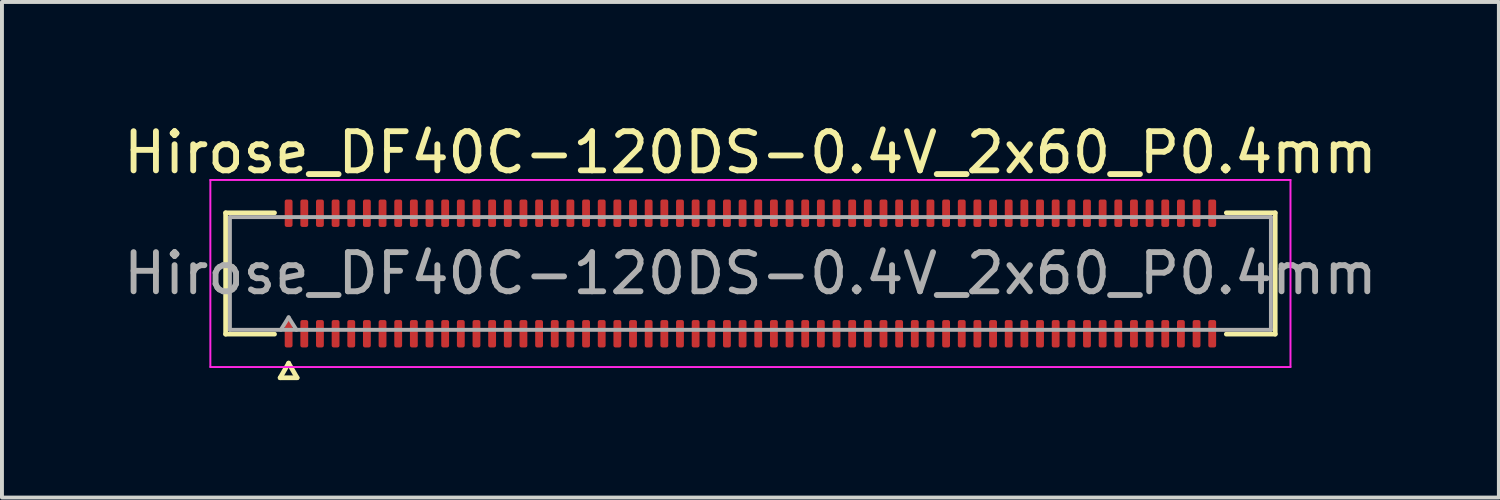
<source format=kicad_pcb>
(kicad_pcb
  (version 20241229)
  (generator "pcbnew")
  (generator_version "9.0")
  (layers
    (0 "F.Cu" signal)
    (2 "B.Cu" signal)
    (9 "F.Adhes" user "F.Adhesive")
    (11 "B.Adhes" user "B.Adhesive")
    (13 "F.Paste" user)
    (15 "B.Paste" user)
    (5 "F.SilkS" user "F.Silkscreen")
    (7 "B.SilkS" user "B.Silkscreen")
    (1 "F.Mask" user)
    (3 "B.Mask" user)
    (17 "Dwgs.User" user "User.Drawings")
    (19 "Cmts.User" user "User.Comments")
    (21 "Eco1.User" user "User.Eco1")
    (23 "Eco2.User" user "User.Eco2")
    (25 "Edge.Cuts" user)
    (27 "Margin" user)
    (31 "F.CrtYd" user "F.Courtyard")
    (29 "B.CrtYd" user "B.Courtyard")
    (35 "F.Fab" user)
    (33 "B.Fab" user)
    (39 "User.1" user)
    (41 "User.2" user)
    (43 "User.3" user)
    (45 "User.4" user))
  (footprint "Hirose_DF40C-120DS-0.4V_2x60_P0.4mm"
    (layer "F.Cu")
    (at 16.125 3.938)
    (property "Reference" "Hirose_DF40C-120DS-0.4V_2x60_P0.4mm" (at 0 -3.09 0) (layer "F.SilkS") (effects (font (size 1 1) (thickness 0.15))))
    (attr smd)
    (fp_line (start -13.41 -1.55) (end -12.16 -1.55) (stroke (width 0.12) (type solid)) (layer "F.SilkS"))
    (fp_line (start -13.41 1.55) (end -13.41 -1.55) (stroke (width 0.12) (type solid)) (layer "F.SilkS"))
    (fp_line (start -12.16 1.55) (end -13.41 1.55) (stroke (width 0.12) (type solid)) (layer "F.SilkS"))
    (fp_line (start -12.017 2.665) (end -11.8 2.29) (stroke (width 0.12) (type solid)) (layer "F.SilkS"))
    (fp_line (start -11.8 2.29) (end -11.583 2.665) (stroke (width 0.12) (type solid)) (layer "F.SilkS"))
    (fp_line (start -11.583 2.665) (end -12.017 2.665) (stroke (width 0.12) (type solid)) (layer "F.SilkS"))
    (fp_line (start 12.16 -1.55) (end 13.41 -1.55) (stroke (width 0.12) (type solid)) (layer "F.SilkS"))
    (fp_line (start 13.41 -1.55) (end 13.41 1.55) (stroke (width 0.12) (type solid)) (layer "F.SilkS"))
    (fp_line (start 13.41 1.55) (end 12.16 1.55) (stroke (width 0.12) (type solid)) (layer "F.SilkS"))
    (fp_line (start -13.8 -2.39) (end -13.8 2.39) (stroke (width 0.05) (type solid)) (layer "F.CrtYd"))
    (fp_line (start -13.8 2.39) (end 13.8 2.39) (stroke (width 0.05) (type solid)) (layer "F.CrtYd"))
    (fp_line (start 13.8 -2.39) (end -13.8 -2.39) (stroke (width 0.05) (type solid)) (layer "F.CrtYd"))
    (fp_line (start 13.8 2.39) (end 13.8 -2.39) (stroke (width 0.05) (type solid)) (layer "F.CrtYd"))
    (fp_line (start -13.3 -1.44) (end 13.3 -1.44) (stroke (width 0.1) (type solid)) (layer "F.Fab"))
    (fp_line (start -13.3 1.44) (end -13.3 -1.44) (stroke (width 0.1) (type solid)) (layer "F.Fab"))
    (fp_line (start -12 1.44) (end -11.8 1.12) (stroke (width 0.1) (type solid)) (layer "F.Fab"))
    (fp_line (start -11.8 1.12) (end -11.6 1.44) (stroke (width 0.1) (type solid)) (layer "F.Fab"))
    (fp_line (start 13.3 -1.44) (end 13.3 1.44) (stroke (width 0.1) (type solid)) (layer "F.Fab"))
    (fp_line (start 13.3 1.44) (end -13.3 1.44) (stroke (width 0.1) (type solid)) (layer "F.Fab"))
    (fp_text user "${REFERENCE}" (at 0 0 0) (layer "F.Fab") (effects (font (size 1 1) (thickness 0.15))))
    (pad "1" smd roundrect (at -11.8 1.54) (size 0.2 0.7) (layers "F.Cu" "F.Mask" "F.Paste") (roundrect_rratio 0.25))
    (pad "2" smd roundrect (at -11.8 -1.54) (size 0.2 0.7) (layers "F.Cu" "F.Mask" "F.Paste") (roundrect_rratio 0.25))
    (pad "3" smd roundrect (at -11.4 1.54) (size 0.2 0.7) (layers "F.Cu" "F.Mask" "F.Paste") (roundrect_rratio 0.25))
    (pad "4" smd roundrect (at -11.4 -1.54) (size 0.2 0.7) (layers "F.Cu" "F.Mask" "F.Paste") (roundrect_rratio 0.25))
    (pad "5" smd roundrect (at -11 1.54) (size 0.2 0.7) (layers "F.Cu" "F.Mask" "F.Paste") (roundrect_rratio 0.25))
    (pad "6" smd roundrect (at -11 -1.54) (size 0.2 0.7) (layers "F.Cu" "F.Mask" "F.Paste") (roundrect_rratio 0.25))
    (pad "7" smd roundrect (at -10.6 1.54) (size 0.2 0.7) (layers "F.Cu" "F.Mask" "F.Paste") (roundrect_rratio 0.25))
    (pad "8" smd roundrect (at -10.6 -1.54) (size 0.2 0.7) (layers "F.Cu" "F.Mask" "F.Paste") (roundrect_rratio 0.25))
    (pad "9" smd roundrect (at -10.2 1.54) (size 0.2 0.7) (layers "F.Cu" "F.Mask" "F.Paste") (roundrect_rratio 0.25))
    (pad "10" smd roundrect (at -10.2 -1.54) (size 0.2 0.7) (layers "F.Cu" "F.Mask" "F.Paste") (roundrect_rratio 0.25))
    (pad "11" smd roundrect (at -9.8 1.54) (size 0.2 0.7) (layers "F.Cu" "F.Mask" "F.Paste") (roundrect_rratio 0.25))
    (pad "12" smd roundrect (at -9.8 -1.54) (size 0.2 0.7) (layers "F.Cu" "F.Mask" "F.Paste") (roundrect_rratio 0.25))
    (pad "13" smd roundrect (at -9.4 1.54) (size 0.2 0.7) (layers "F.Cu" "F.Mask" "F.Paste") (roundrect_rratio 0.25))
    (pad "14" smd roundrect (at -9.4 -1.54) (size 0.2 0.7) (layers "F.Cu" "F.Mask" "F.Paste") (roundrect_rratio 0.25))
    (pad "15" smd roundrect (at -9 1.54) (size 0.2 0.7) (layers "F.Cu" "F.Mask" "F.Paste") (roundrect_rratio 0.25))
    (pad "16" smd roundrect (at -9 -1.54) (size 0.2 0.7) (layers "F.Cu" "F.Mask" "F.Paste") (roundrect_rratio 0.25))
    (pad "17" smd roundrect (at -8.6 1.54) (size 0.2 0.7) (layers "F.Cu" "F.Mask" "F.Paste") (roundrect_rratio 0.25))
    (pad "18" smd roundrect (at -8.6 -1.54) (size 0.2 0.7) (layers "F.Cu" "F.Mask" "F.Paste") (roundrect_rratio 0.25))
    (pad "19" smd roundrect (at -8.2 1.54) (size 0.2 0.7) (layers "F.Cu" "F.Mask" "F.Paste") (roundrect_rratio 0.25))
    (pad "20" smd roundrect (at -8.2 -1.54) (size 0.2 0.7) (layers "F.Cu" "F.Mask" "F.Paste") (roundrect_rratio 0.25))
    (pad "21" smd roundrect (at -7.8 1.54) (size 0.2 0.7) (layers "F.Cu" "F.Mask" "F.Paste") (roundrect_rratio 0.25))
    (pad "22" smd roundrect (at -7.8 -1.54) (size 0.2 0.7) (layers "F.Cu" "F.Mask" "F.Paste") (roundrect_rratio 0.25))
    (pad "23" smd roundrect (at -7.4 1.54) (size 0.2 0.7) (layers "F.Cu" "F.Mask" "F.Paste") (roundrect_rratio 0.25))
    (pad "24" smd roundrect (at -7.4 -1.54) (size 0.2 0.7) (layers "F.Cu" "F.Mask" "F.Paste") (roundrect_rratio 0.25))
    (pad "25" smd roundrect (at -7 1.54) (size 0.2 0.7) (layers "F.Cu" "F.Mask" "F.Paste") (roundrect_rratio 0.25))
    (pad "26" smd roundrect (at -7 -1.54) (size 0.2 0.7) (layers "F.Cu" "F.Mask" "F.Paste") (roundrect_rratio 0.25))
    (pad "27" smd roundrect (at -6.6 1.54) (size 0.2 0.7) (layers "F.Cu" "F.Mask" "F.Paste") (roundrect_rratio 0.25))
    (pad "28" smd roundrect (at -6.6 -1.54) (size 0.2 0.7) (layers "F.Cu" "F.Mask" "F.Paste") (roundrect_rratio 0.25))
    (pad "29" smd roundrect (at -6.2 1.54) (size 0.2 0.7) (layers "F.Cu" "F.Mask" "F.Paste") (roundrect_rratio 0.25))
    (pad "30" smd roundrect (at -6.2 -1.54) (size 0.2 0.7) (layers "F.Cu" "F.Mask" "F.Paste") (roundrect_rratio 0.25))
    (pad "31" smd roundrect (at -5.8 1.54) (size 0.2 0.7) (layers "F.Cu" "F.Mask" "F.Paste") (roundrect_rratio 0.25))
    (pad "32" smd roundrect (at -5.8 -1.54) (size 0.2 0.7) (layers "F.Cu" "F.Mask" "F.Paste") (roundrect_rratio 0.25))
    (pad "33" smd roundrect (at -5.4 1.54) (size 0.2 0.7) (layers "F.Cu" "F.Mask" "F.Paste") (roundrect_rratio 0.25))
    (pad "34" smd roundrect (at -5.4 -1.54) (size 0.2 0.7) (layers "F.Cu" "F.Mask" "F.Paste") (roundrect_rratio 0.25))
    (pad "35" smd roundrect (at -5 1.54) (size 0.2 0.7) (layers "F.Cu" "F.Mask" "F.Paste") (roundrect_rratio 0.25))
    (pad "36" smd roundrect (at -5 -1.54) (size 0.2 0.7) (layers "F.Cu" "F.Mask" "F.Paste") (roundrect_rratio 0.25))
    (pad "37" smd roundrect (at -4.6 1.54) (size 0.2 0.7) (layers "F.Cu" "F.Mask" "F.Paste") (roundrect_rratio 0.25))
    (pad "38" smd roundrect (at -4.6 -1.54) (size 0.2 0.7) (layers "F.Cu" "F.Mask" "F.Paste") (roundrect_rratio 0.25))
    (pad "39" smd roundrect (at -4.2 1.54) (size 0.2 0.7) (layers "F.Cu" "F.Mask" "F.Paste") (roundrect_rratio 0.25))
    (pad "40" smd roundrect (at -4.2 -1.54) (size 0.2 0.7) (layers "F.Cu" "F.Mask" "F.Paste") (roundrect_rratio 0.25))
    (pad "41" smd roundrect (at -3.8 1.54) (size 0.2 0.7) (layers "F.Cu" "F.Mask" "F.Paste") (roundrect_rratio 0.25))
    (pad "42" smd roundrect (at -3.8 -1.54) (size 0.2 0.7) (layers "F.Cu" "F.Mask" "F.Paste") (roundrect_rratio 0.25))
    (pad "43" smd roundrect (at -3.4 1.54) (size 0.2 0.7) (layers "F.Cu" "F.Mask" "F.Paste") (roundrect_rratio 0.25))
    (pad "44" smd roundrect (at -3.4 -1.54) (size 0.2 0.7) (layers "F.Cu" "F.Mask" "F.Paste") (roundrect_rratio 0.25))
    (pad "45" smd roundrect (at -3 1.54) (size 0.2 0.7) (layers "F.Cu" "F.Mask" "F.Paste") (roundrect_rratio 0.25))
    (pad "46" smd roundrect (at -3 -1.54) (size 0.2 0.7) (layers "F.Cu" "F.Mask" "F.Paste") (roundrect_rratio 0.25))
    (pad "47" smd roundrect (at -2.6 1.54) (size 0.2 0.7) (layers "F.Cu" "F.Mask" "F.Paste") (roundrect_rratio 0.25))
    (pad "48" smd roundrect (at -2.6 -1.54) (size 0.2 0.7) (layers "F.Cu" "F.Mask" "F.Paste") (roundrect_rratio 0.25))
    (pad "49" smd roundrect (at -2.2 1.54) (size 0.2 0.7) (layers "F.Cu" "F.Mask" "F.Paste") (roundrect_rratio 0.25))
    (pad "50" smd roundrect (at -2.2 -1.54) (size 0.2 0.7) (layers "F.Cu" "F.Mask" "F.Paste") (roundrect_rratio 0.25))
    (pad "51" smd roundrect (at -1.8 1.54) (size 0.2 0.7) (layers "F.Cu" "F.Mask" "F.Paste") (roundrect_rratio 0.25))
    (pad "52" smd roundrect (at -1.8 -1.54) (size 0.2 0.7) (layers "F.Cu" "F.Mask" "F.Paste") (roundrect_rratio 0.25))
    (pad "53" smd roundrect (at -1.4 1.54) (size 0.2 0.7) (layers "F.Cu" "F.Mask" "F.Paste") (roundrect_rratio 0.25))
    (pad "54" smd roundrect (at -1.4 -1.54) (size 0.2 0.7) (layers "F.Cu" "F.Mask" "F.Paste") (roundrect_rratio 0.25))
    (pad "55" smd roundrect (at -1 1.54) (size 0.2 0.7) (layers "F.Cu" "F.Mask" "F.Paste") (roundrect_rratio 0.25))
    (pad "56" smd roundrect (at -1 -1.54) (size 0.2 0.7) (layers "F.Cu" "F.Mask" "F.Paste") (roundrect_rratio 0.25))
    (pad "57" smd roundrect (at -0.6 1.54) (size 0.2 0.7) (layers "F.Cu" "F.Mask" "F.Paste") (roundrect_rratio 0.25))
    (pad "58" smd roundrect (at -0.6 -1.54) (size 0.2 0.7) (layers "F.Cu" "F.Mask" "F.Paste") (roundrect_rratio 0.25))
    (pad "59" smd roundrect (at -0.2 1.54) (size 0.2 0.7) (layers "F.Cu" "F.Mask" "F.Paste") (roundrect_rratio 0.25))
    (pad "60" smd roundrect (at -0.2 -1.54) (size 0.2 0.7) (layers "F.Cu" "F.Mask" "F.Paste") (roundrect_rratio 0.25))
    (pad "61" smd roundrect (at 0.2 1.54) (size 0.2 0.7) (layers "F.Cu" "F.Mask" "F.Paste") (roundrect_rratio 0.25))
    (pad "62" smd roundrect (at 0.2 -1.54) (size 0.2 0.7) (layers "F.Cu" "F.Mask" "F.Paste") (roundrect_rratio 0.25))
    (pad "63" smd roundrect (at 0.6 1.54) (size 0.2 0.7) (layers "F.Cu" "F.Mask" "F.Paste") (roundrect_rratio 0.25))
    (pad "64" smd roundrect (at 0.6 -1.54) (size 0.2 0.7) (layers "F.Cu" "F.Mask" "F.Paste") (roundrect_rratio 0.25))
    (pad "65" smd roundrect (at 1 1.54) (size 0.2 0.7) (layers "F.Cu" "F.Mask" "F.Paste") (roundrect_rratio 0.25))
    (pad "66" smd roundrect (at 1 -1.54) (size 0.2 0.7) (layers "F.Cu" "F.Mask" "F.Paste") (roundrect_rratio 0.25))
    (pad "67" smd roundrect (at 1.4 1.54) (size 0.2 0.7) (layers "F.Cu" "F.Mask" "F.Paste") (roundrect_rratio 0.25))
    (pad "68" smd roundrect (at 1.4 -1.54) (size 0.2 0.7) (layers "F.Cu" "F.Mask" "F.Paste") (roundrect_rratio 0.25))
    (pad "69" smd roundrect (at 1.8 1.54) (size 0.2 0.7) (layers "F.Cu" "F.Mask" "F.Paste") (roundrect_rratio 0.25))
    (pad "70" smd roundrect (at 1.8 -1.54) (size 0.2 0.7) (layers "F.Cu" "F.Mask" "F.Paste") (roundrect_rratio 0.25))
    (pad "71" smd roundrect (at 2.2 1.54) (size 0.2 0.7) (layers "F.Cu" "F.Mask" "F.Paste") (roundrect_rratio 0.25))
    (pad "72" smd roundrect (at 2.2 -1.54) (size 0.2 0.7) (layers "F.Cu" "F.Mask" "F.Paste") (roundrect_rratio 0.25))
    (pad "73" smd roundrect (at 2.6 1.54) (size 0.2 0.7) (layers "F.Cu" "F.Mask" "F.Paste") (roundrect_rratio 0.25))
    (pad "74" smd roundrect (at 2.6 -1.54) (size 0.2 0.7) (layers "F.Cu" "F.Mask" "F.Paste") (roundrect_rratio 0.25))
    (pad "75" smd roundrect (at 3 1.54) (size 0.2 0.7) (layers "F.Cu" "F.Mask" "F.Paste") (roundrect_rratio 0.25))
    (pad "76" smd roundrect (at 3 -1.54) (size 0.2 0.7) (layers "F.Cu" "F.Mask" "F.Paste") (roundrect_rratio 0.25))
    (pad "77" smd roundrect (at 3.4 1.54) (size 0.2 0.7) (layers "F.Cu" "F.Mask" "F.Paste") (roundrect_rratio 0.25))
    (pad "78" smd roundrect (at 3.4 -1.54) (size 0.2 0.7) (layers "F.Cu" "F.Mask" "F.Paste") (roundrect_rratio 0.25))
    (pad "79" smd roundrect (at 3.8 1.54) (size 0.2 0.7) (layers "F.Cu" "F.Mask" "F.Paste") (roundrect_rratio 0.25))
    (pad "80" smd roundrect (at 3.8 -1.54) (size 0.2 0.7) (layers "F.Cu" "F.Mask" "F.Paste") (roundrect_rratio 0.25))
    (pad "81" smd roundrect (at 4.2 1.54) (size 0.2 0.7) (layers "F.Cu" "F.Mask" "F.Paste") (roundrect_rratio 0.25))
    (pad "82" smd roundrect (at 4.2 -1.54) (size 0.2 0.7) (layers "F.Cu" "F.Mask" "F.Paste") (roundrect_rratio 0.25))
    (pad "83" smd roundrect (at 4.6 1.54) (size 0.2 0.7) (layers "F.Cu" "F.Mask" "F.Paste") (roundrect_rratio 0.25))
    (pad "84" smd roundrect (at 4.6 -1.54) (size 0.2 0.7) (layers "F.Cu" "F.Mask" "F.Paste") (roundrect_rratio 0.25))
    (pad "85" smd roundrect (at 5 1.54) (size 0.2 0.7) (layers "F.Cu" "F.Mask" "F.Paste") (roundrect_rratio 0.25))
    (pad "86" smd roundrect (at 5 -1.54) (size 0.2 0.7) (layers "F.Cu" "F.Mask" "F.Paste") (roundrect_rratio 0.25))
    (pad "87" smd roundrect (at 5.4 1.54) (size 0.2 0.7) (layers "F.Cu" "F.Mask" "F.Paste") (roundrect_rratio 0.25))
    (pad "88" smd roundrect (at 5.4 -1.54) (size 0.2 0.7) (layers "F.Cu" "F.Mask" "F.Paste") (roundrect_rratio 0.25))
    (pad "89" smd roundrect (at 5.8 1.54) (size 0.2 0.7) (layers "F.Cu" "F.Mask" "F.Paste") (roundrect_rratio 0.25))
    (pad "90" smd roundrect (at 5.8 -1.54) (size 0.2 0.7) (layers "F.Cu" "F.Mask" "F.Paste") (roundrect_rratio 0.25))
    (pad "91" smd roundrect (at 6.2 1.54) (size 0.2 0.7) (layers "F.Cu" "F.Mask" "F.Paste") (roundrect_rratio 0.25))
    (pad "92" smd roundrect (at 6.2 -1.54) (size 0.2 0.7) (layers "F.Cu" "F.Mask" "F.Paste") (roundrect_rratio 0.25))
    (pad "93" smd roundrect (at 6.6 1.54) (size 0.2 0.7) (layers "F.Cu" "F.Mask" "F.Paste") (roundrect_rratio 0.25))
    (pad "94" smd roundrect (at 6.6 -1.54) (size 0.2 0.7) (layers "F.Cu" "F.Mask" "F.Paste") (roundrect_rratio 0.25))
    (pad "95" smd roundrect (at 7 1.54) (size 0.2 0.7) (layers "F.Cu" "F.Mask" "F.Paste") (roundrect_rratio 0.25))
    (pad "96" smd roundrect (at 7 -1.54) (size 0.2 0.7) (layers "F.Cu" "F.Mask" "F.Paste") (roundrect_rratio 0.25))
    (pad "97" smd roundrect (at 7.4 1.54) (size 0.2 0.7) (layers "F.Cu" "F.Mask" "F.Paste") (roundrect_rratio 0.25))
    (pad "98" smd roundrect (at 7.4 -1.54) (size 0.2 0.7) (layers "F.Cu" "F.Mask" "F.Paste") (roundrect_rratio 0.25))
    (pad "99" smd roundrect (at 7.8 1.54) (size 0.2 0.7) (layers "F.Cu" "F.Mask" "F.Paste") (roundrect_rratio 0.25))
    (pad "100" smd roundrect (at 7.8 -1.54) (size 0.2 0.7) (layers "F.Cu" "F.Mask" "F.Paste") (roundrect_rratio 0.25))
    (pad "101" smd roundrect (at 8.2 1.54) (size 0.2 0.7) (layers "F.Cu" "F.Mask" "F.Paste") (roundrect_rratio 0.25))
    (pad "102" smd roundrect (at 8.2 -1.54) (size 0.2 0.7) (layers "F.Cu" "F.Mask" "F.Paste") (roundrect_rratio 0.25))
    (pad "103" smd roundrect (at 8.6 1.54) (size 0.2 0.7) (layers "F.Cu" "F.Mask" "F.Paste") (roundrect_rratio 0.25))
    (pad "104" smd roundrect (at 8.6 -1.54) (size 0.2 0.7) (layers "F.Cu" "F.Mask" "F.Paste") (roundrect_rratio 0.25))
    (pad "105" smd roundrect (at 9 1.54) (size 0.2 0.7) (layers "F.Cu" "F.Mask" "F.Paste") (roundrect_rratio 0.25))
    (pad "106" smd roundrect (at 9 -1.54) (size 0.2 0.7) (layers "F.Cu" "F.Mask" "F.Paste") (roundrect_rratio 0.25))
    (pad "107" smd roundrect (at 9.4 1.54) (size 0.2 0.7) (layers "F.Cu" "F.Mask" "F.Paste") (roundrect_rratio 0.25))
    (pad "108" smd roundrect (at 9.4 -1.54) (size 0.2 0.7) (layers "F.Cu" "F.Mask" "F.Paste") (roundrect_rratio 0.25))
    (pad "109" smd roundrect (at 9.8 1.54) (size 0.2 0.7) (layers "F.Cu" "F.Mask" "F.Paste") (roundrect_rratio 0.25))
    (pad "110" smd roundrect (at 9.8 -1.54) (size 0.2 0.7) (layers "F.Cu" "F.Mask" "F.Paste") (roundrect_rratio 0.25))
    (pad "111" smd roundrect (at 10.2 1.54) (size 0.2 0.7) (layers "F.Cu" "F.Mask" "F.Paste") (roundrect_rratio 0.25))
    (pad "112" smd roundrect (at 10.2 -1.54) (size 0.2 0.7) (layers "F.Cu" "F.Mask" "F.Paste") (roundrect_rratio 0.25))
    (pad "113" smd roundrect (at 10.6 1.54) (size 0.2 0.7) (layers "F.Cu" "F.Mask" "F.Paste") (roundrect_rratio 0.25))
    (pad "114" smd roundrect (at 10.6 -1.54) (size 0.2 0.7) (layers "F.Cu" "F.Mask" "F.Paste") (roundrect_rratio 0.25))
    (pad "115" smd roundrect (at 11 1.54) (size 0.2 0.7) (layers "F.Cu" "F.Mask" "F.Paste") (roundrect_rratio 0.25))
    (pad "116" smd roundrect (at 11 -1.54) (size 0.2 0.7) (layers "F.Cu" "F.Mask" "F.Paste") (roundrect_rratio 0.25))
    (pad "117" smd roundrect (at 11.4 1.54) (size 0.2 0.7) (layers "F.Cu" "F.Mask" "F.Paste") (roundrect_rratio 0.25))
    (pad "118" smd roundrect (at 11.4 -1.54) (size 0.2 0.7) (layers "F.Cu" "F.Mask" "F.Paste") (roundrect_rratio 0.25))
    (pad "119" smd roundrect (at 11.8 1.54) (size 0.2 0.7) (layers "F.Cu" "F.Mask" "F.Paste") (roundrect_rratio 0.25))
    (pad "120" smd roundrect (at 11.8 -1.54) (size 0.2 0.7) (layers "F.Cu" "F.Mask" "F.Paste") (roundrect_rratio 0.25)))
  (gr_rect
    (start -3 -3)
    (end 35.25 9.663)
    (stroke (width 0.1) (type default))
    (fill no)
    (layer "Edge.Cuts")))
</source>
